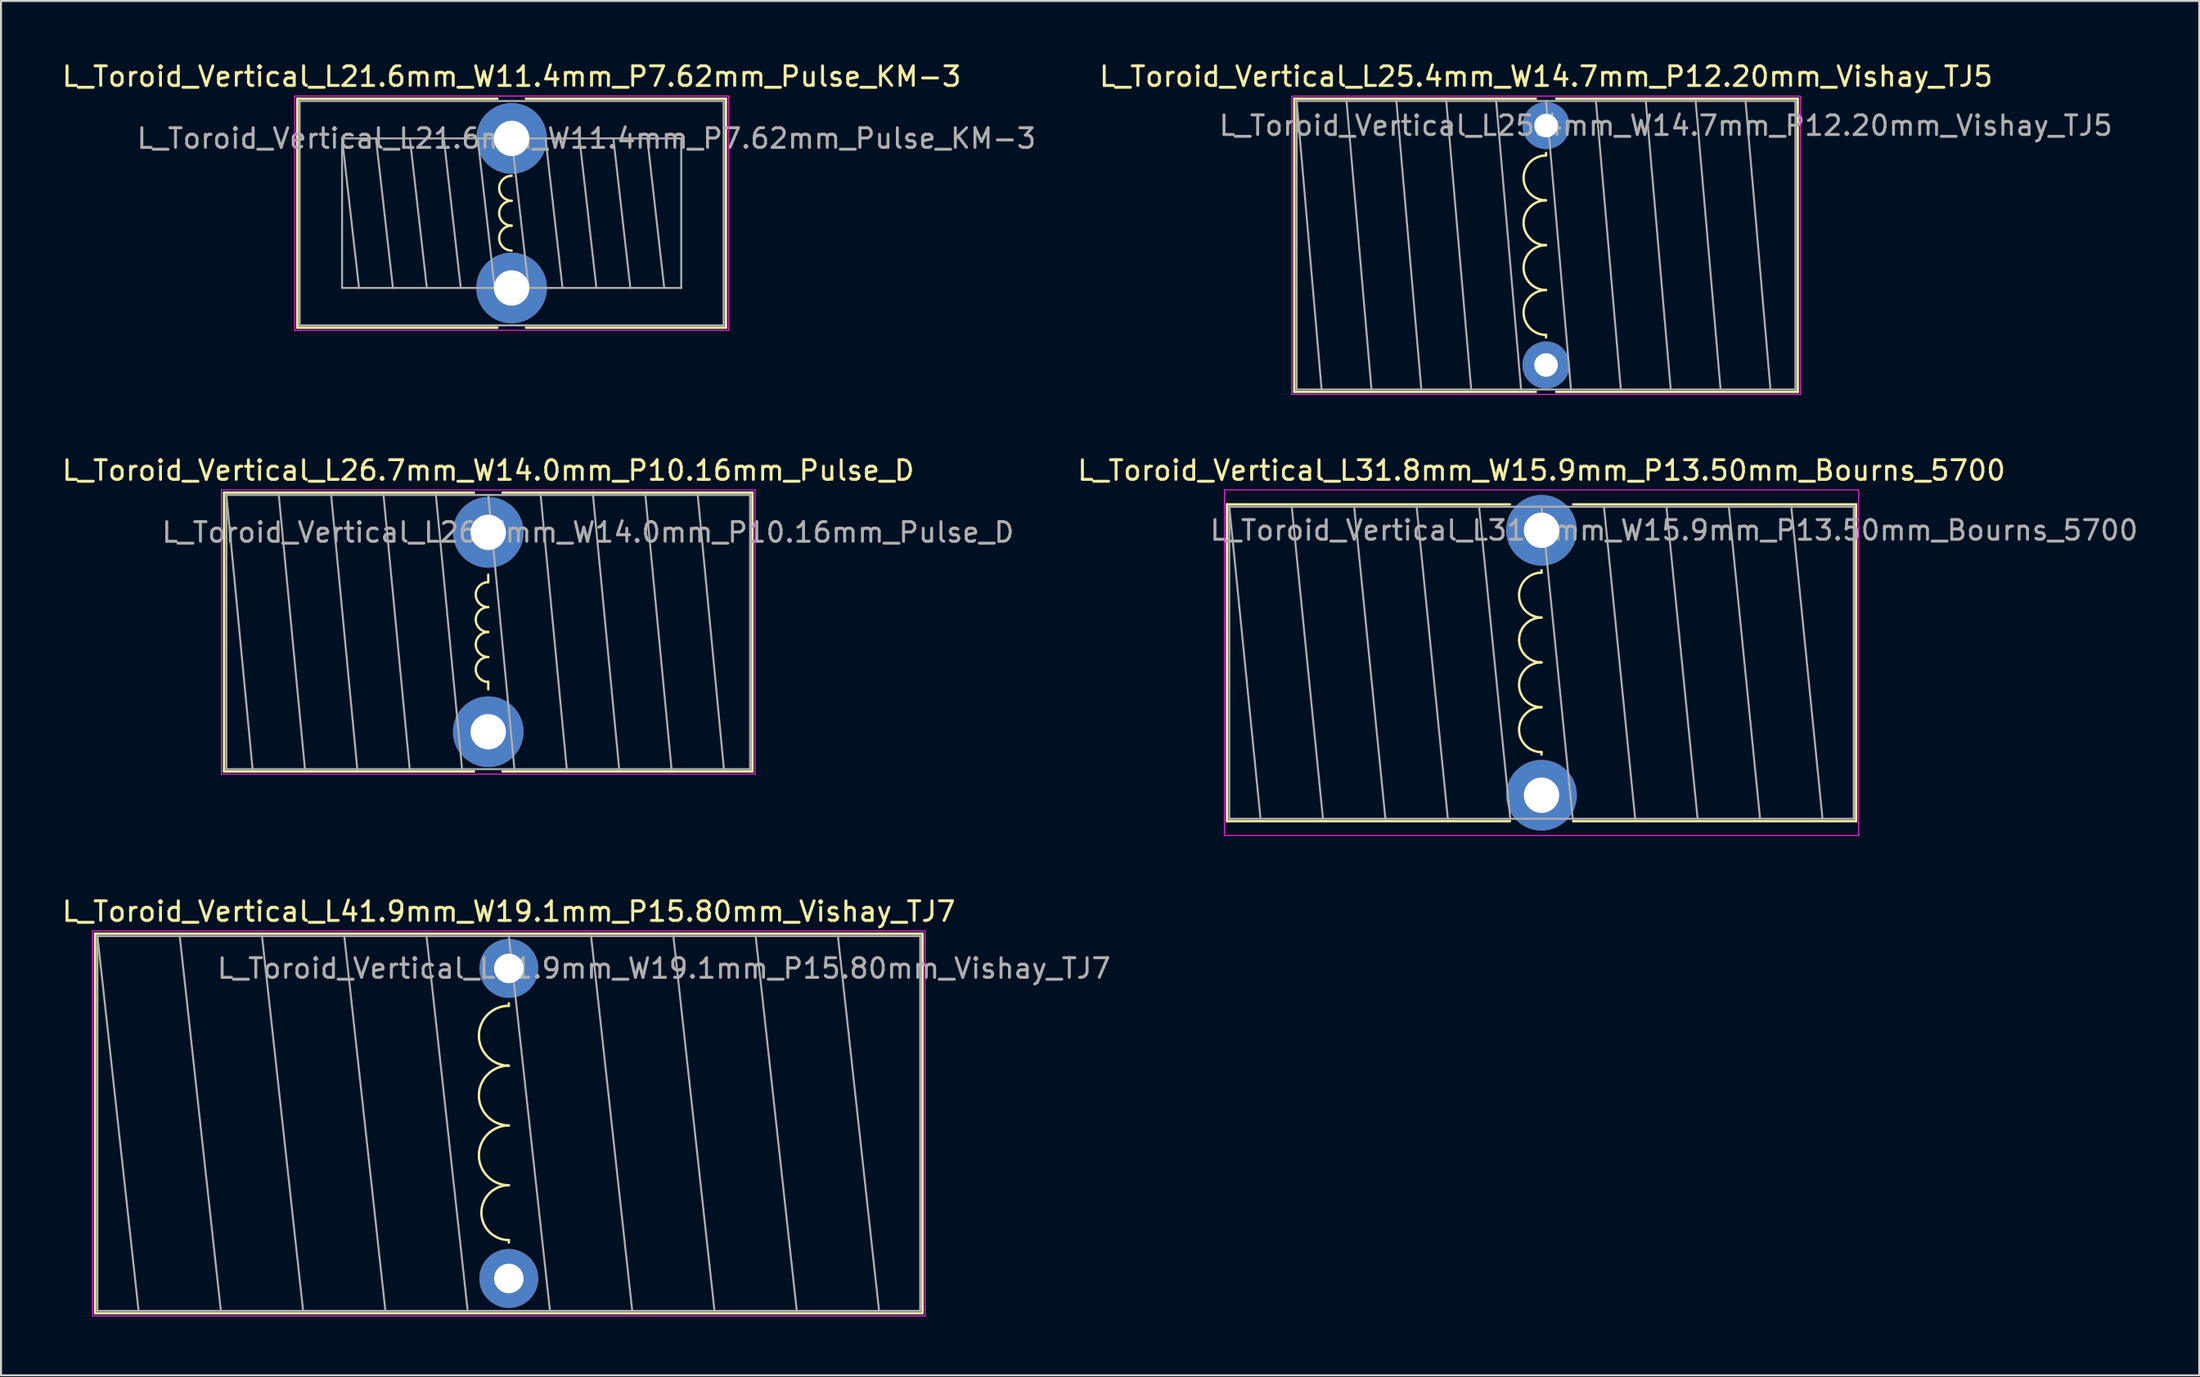
<source format=kicad_pcb>
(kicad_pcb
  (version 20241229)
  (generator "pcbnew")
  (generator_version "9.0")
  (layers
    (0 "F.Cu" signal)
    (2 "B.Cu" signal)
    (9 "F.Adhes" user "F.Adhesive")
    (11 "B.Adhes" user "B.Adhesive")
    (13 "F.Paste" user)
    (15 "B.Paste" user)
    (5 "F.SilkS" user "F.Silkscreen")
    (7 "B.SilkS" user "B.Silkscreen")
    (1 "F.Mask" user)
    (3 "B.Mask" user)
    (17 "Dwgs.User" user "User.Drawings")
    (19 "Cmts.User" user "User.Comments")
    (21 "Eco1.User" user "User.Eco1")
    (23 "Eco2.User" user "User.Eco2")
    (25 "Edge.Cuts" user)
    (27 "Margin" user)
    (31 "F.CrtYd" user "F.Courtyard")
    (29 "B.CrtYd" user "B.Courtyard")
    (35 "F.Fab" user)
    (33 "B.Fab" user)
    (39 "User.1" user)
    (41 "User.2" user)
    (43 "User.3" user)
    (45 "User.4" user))
  (footprint "L_Toroid_Vertical_L26.7mm_W14.0mm_P10.16mm_Pulse_D"
    (layer "F.Cu")
    (at 21.815 24.076)
    (property "Reference" "L_Toroid_Vertical_L26.7mm_W14.0mm_P10.16mm_Pulse_D" (at 0 -3.155 0) (layer "F.SilkS") (effects (font (size 1 1) (thickness 0.15))))
    (attr through_hole)
    (fp_line (start -13.455 -2.025) (end -13.455 12.185) (stroke (width 0.12) (type solid)) (layer "F.SilkS"))
    (fp_line (start -13.455 -2.025) (end -0.725 -2.025) (stroke (width 0.12) (type solid)) (layer "F.SilkS"))
    (fp_line (start -13.455 12.185) (end -0.725 12.185) (stroke (width 0.12) (type solid)) (layer "F.SilkS"))
    (fp_line (start 0 2.54) (end 0 2.159) (stroke (width 0.12) (type solid)) (layer "F.SilkS"))
    (fp_line (start 0 7.62) (end 0 8.001) (stroke (width 0.12) (type solid)) (layer "F.SilkS"))
    (fp_line (start 0.725 -2.025) (end 13.455 -2.025) (stroke (width 0.12) (type solid)) (layer "F.SilkS"))
    (fp_line (start 0.725 12.185) (end 13.455 12.185) (stroke (width 0.12) (type solid)) (layer "F.SilkS"))
    (fp_line (start 13.455 -2.025) (end 13.455 12.185) (stroke (width 0.12) (type solid)) (layer "F.SilkS"))
    (fp_arc (start 0 3.81) (mid -0.635 3.175) (end 0 2.54) (stroke (width 0.12) (type solid)) (layer "F.SilkS"))
    (fp_arc (start 0 5.08) (mid -0.635 4.445) (end 0 3.81) (stroke (width 0.12) (type solid)) (layer "F.SilkS"))
    (fp_arc (start 0 6.35) (mid -0.635 5.715) (end 0 5.08) (stroke (width 0.12) (type solid)) (layer "F.SilkS"))
    (fp_arc (start 0 7.62) (mid -0.635 6.985) (end 0 6.35) (stroke (width 0.12) (type solid)) (layer "F.SilkS"))
    (fp_line (start -13.59 -2.16) (end -13.59 12.32) (stroke (width 0.05) (type solid)) (layer "F.CrtYd"))
    (fp_line (start -13.59 12.32) (end 13.59 12.32) (stroke (width 0.05) (type solid)) (layer "F.CrtYd"))
    (fp_line (start 13.59 -2.16) (end -13.59 -2.16) (stroke (width 0.05) (type solid)) (layer "F.CrtYd"))
    (fp_line (start 13.59 12.32) (end 13.59 -2.16) (stroke (width 0.05) (type solid)) (layer "F.CrtYd"))
    (fp_line (start -13.335 -1.905) (end -13.335 12.065) (stroke (width 0.1) (type solid)) (layer "F.Fab"))
    (fp_line (start -13.335 -1.905) (end -12.002 12.065) (stroke (width 0.1) (type solid)) (layer "F.Fab"))
    (fp_line (start -13.335 12.065) (end 13.335 12.065) (stroke (width 0.1) (type solid)) (layer "F.Fab"))
    (fp_line (start -10.668 -1.905) (end -9.335 12.065) (stroke (width 0.1) (type solid)) (layer "F.Fab"))
    (fp_line (start -8.001 -1.905) (end -6.668 12.065) (stroke (width 0.1) (type solid)) (layer "F.Fab"))
    (fp_line (start -5.334 -1.905) (end -4 12.065) (stroke (width 0.1) (type solid)) (layer "F.Fab"))
    (fp_line (start -2.667 -1.905) (end -1.333 12.065) (stroke (width 0.1) (type solid)) (layer "F.Fab"))
    (fp_line (start 0 -1.905) (end 1.333 12.065) (stroke (width 0.1) (type solid)) (layer "F.Fab"))
    (fp_line (start 2.667 -1.905) (end 4 12.065) (stroke (width 0.1) (type solid)) (layer "F.Fab"))
    (fp_line (start 5.334 -1.905) (end 6.668 12.065) (stroke (width 0.1) (type solid)) (layer "F.Fab"))
    (fp_line (start 8.001 -1.905) (end 9.335 12.065) (stroke (width 0.1) (type solid)) (layer "F.Fab"))
    (fp_line (start 10.668 -1.905) (end 12.002 12.065) (stroke (width 0.1) (type solid)) (layer "F.Fab"))
    (fp_line (start 13.335 -1.905) (end -13.335 -1.905) (stroke (width 0.1) (type solid)) (layer "F.Fab"))
    (fp_line (start 13.335 12.065) (end 13.335 -1.905) (stroke (width 0.1) (type solid)) (layer "F.Fab"))
    (fp_text user "${REFERENCE}" (at 5.08 0 0) (layer "F.Fab") (effects (font (size 1 1) (thickness 0.15))))
    (pad "1" thru_hole circle (at 0 0) (size 3.6 3.6) (drill 1.8) (layers "*.Cu" "*.Mask"))
    (pad "2" thru_hole circle (at 0 10.16) (size 3.6 3.6) (drill 1.8) (layers "*.Cu" "*.Mask")))
  (footprint "L_Toroid_Vertical_L31.8mm_W15.9mm_P13.50mm_Bourns_5700"
    (layer "F.Cu")
    (at 75.455 23.971)
    (property "Reference" "L_Toroid_Vertical_L31.8mm_W15.9mm_P13.50mm_Bourns_5700" (at 0 -3.05 0) (layer "F.SilkS") (effects (font (size 1 1) (thickness 0.15))))
    (attr through_hole)
    (fp_line (start -16.02 -1.32) (end -16.02 14.82) (stroke (width 0.12) (type solid)) (layer "F.SilkS"))
    (fp_line (start -16.02 -1.32) (end -1.608 -1.32) (stroke (width 0.12) (type solid)) (layer "F.SilkS"))
    (fp_line (start -16.02 14.82) (end -1.608 14.82) (stroke (width 0.12) (type solid)) (layer "F.SilkS"))
    (fp_line (start 0 2.159) (end 0 2.032) (stroke (width 0.12) (type solid)) (layer "F.SilkS"))
    (fp_line (start 0 11.303) (end 0 11.43) (stroke (width 0.12) (type solid)) (layer "F.SilkS"))
    (fp_line (start 1.608 -1.32) (end 16.02 -1.32) (stroke (width 0.12) (type solid)) (layer "F.SilkS"))
    (fp_line (start 1.608 14.82) (end 16.02 14.82) (stroke (width 0.12) (type solid)) (layer "F.SilkS"))
    (fp_line (start 16.02 -1.32) (end 16.02 14.82) (stroke (width 0.12) (type solid)) (layer "F.SilkS"))
    (fp_arc (start 0 4.445) (mid -1.143 3.302) (end 0 2.159) (stroke (width 0.12) (type solid)) (layer "F.SilkS"))
    (fp_arc (start 0 6.731) (mid -1.143 5.588) (end 0 4.445) (stroke (width 0.12) (type solid)) (layer "F.SilkS"))
    (fp_arc (start 0 9.017) (mid -1.143 7.874) (end 0 6.731) (stroke (width 0.12) (type solid)) (layer "F.SilkS"))
    (fp_arc (start 0 11.303) (mid -1.143 10.16) (end 0 9.017) (stroke (width 0.12) (type solid)) (layer "F.SilkS"))
    (fp_line (start -16.15 -2.06) (end -16.15 15.55) (stroke (width 0.05) (type solid)) (layer "F.CrtYd"))
    (fp_line (start -16.15 15.55) (end 16.15 15.55) (stroke (width 0.05) (type solid)) (layer "F.CrtYd"))
    (fp_line (start 16.15 -2.06) (end -16.15 -2.06) (stroke (width 0.05) (type solid)) (layer "F.CrtYd"))
    (fp_line (start 16.15 15.55) (end 16.15 -2.06) (stroke (width 0.05) (type solid)) (layer "F.CrtYd"))
    (fp_line (start -15.9 -1.2) (end -15.9 14.7) (stroke (width 0.1) (type solid)) (layer "F.Fab"))
    (fp_line (start -15.9 -1.2) (end -14.31 14.7) (stroke (width 0.1) (type solid)) (layer "F.Fab"))
    (fp_line (start -15.9 14.7) (end 15.9 14.7) (stroke (width 0.1) (type solid)) (layer "F.Fab"))
    (fp_line (start -12.72 -1.2) (end -11.13 14.7) (stroke (width 0.1) (type solid)) (layer "F.Fab"))
    (fp_line (start -9.54 -1.2) (end -7.95 14.7) (stroke (width 0.1) (type solid)) (layer "F.Fab"))
    (fp_line (start -6.36 -1.2) (end -4.77 14.7) (stroke (width 0.1) (type solid)) (layer "F.Fab"))
    (fp_line (start -3.18 -1.2) (end -1.59 14.7) (stroke (width 0.1) (type solid)) (layer "F.Fab"))
    (fp_line (start 0 -1.2) (end 1.59 14.7) (stroke (width 0.1) (type solid)) (layer "F.Fab"))
    (fp_line (start 3.18 -1.2) (end 4.77 14.7) (stroke (width 0.1) (type solid)) (layer "F.Fab"))
    (fp_line (start 6.36 -1.2) (end 7.95 14.7) (stroke (width 0.1) (type solid)) (layer "F.Fab"))
    (fp_line (start 9.54 -1.2) (end 11.13 14.7) (stroke (width 0.1) (type solid)) (layer "F.Fab"))
    (fp_line (start 12.72 -1.2) (end 14.31 14.7) (stroke (width 0.1) (type solid)) (layer "F.Fab"))
    (fp_line (start 15.9 -1.2) (end -15.9 -1.2) (stroke (width 0.1) (type solid)) (layer "F.Fab"))
    (fp_line (start 15.9 14.7) (end 15.9 -1.2) (stroke (width 0.1) (type solid)) (layer "F.Fab"))
    (fp_text user "${REFERENCE}" (at 6.75 0 0) (layer "F.Fab") (effects (font (size 1 1) (thickness 0.15))))
    (pad "1" thru_hole circle (at 0 0) (size 3.6 3.6) (drill 1.8) (layers "*.Cu" "*.Mask"))
    (pad "2" thru_hole circle (at 0 13.5) (size 3.6 3.6) (drill 1.8) (layers "*.Cu" "*.Mask")))
  (footprint "L_Toroid_Vertical_L41.9mm_W19.1mm_P15.80mm_Vishay_TJ7"
    (layer "F.Cu")
    (at 22.863 46.295)
    (property "Reference" "L_Toroid_Vertical_L41.9mm_W19.1mm_P15.80mm_Vishay_TJ7" (at 0 -2.9 0) (layer "F.SilkS") (effects (font (size 1 1) (thickness 0.15))))
    (attr through_hole)
    (fp_line (start -21.07 -1.77) (end -21.07 17.57) (stroke (width 0.12) (type solid)) (layer "F.SilkS"))
    (fp_line (start -21.07 -1.77) (end 21.07 -1.77) (stroke (width 0.12) (type solid)) (layer "F.SilkS"))
    (fp_line (start -21.07 17.57) (end 21.07 17.57) (stroke (width 0.12) (type solid)) (layer "F.SilkS"))
    (fp_line (start 0 1.905) (end 0 1.778) (stroke (width 0.12) (type solid)) (layer "F.SilkS"))
    (fp_line (start 0 13.843) (end 0 13.97) (stroke (width 0.12) (type solid)) (layer "F.SilkS"))
    (fp_line (start 21.07 -1.77) (end 21.07 17.57) (stroke (width 0.12) (type solid)) (layer "F.SilkS"))
    (fp_arc (start 0 4.953) (mid -1.524 3.429) (end 0 1.905) (stroke (width 0.12) (type solid)) (layer "F.SilkS"))
    (fp_arc (start 0 8.001) (mid -1.524 6.477) (end 0 4.953) (stroke (width 0.12) (type solid)) (layer "F.SilkS"))
    (fp_arc (start 0 11.049) (mid -1.524 9.525) (end 0 8.001) (stroke (width 0.12) (type solid)) (layer "F.SilkS"))
    (fp_arc (start 0 13.843) (mid -1.397 12.446) (end 0 11.049) (stroke (width 0.12) (type solid)) (layer "F.SilkS"))
    (fp_line (start -21.2 -1.91) (end -21.2 17.71) (stroke (width 0.05) (type solid)) (layer "F.CrtYd"))
    (fp_line (start -21.2 17.71) (end 21.2 17.71) (stroke (width 0.05) (type solid)) (layer "F.CrtYd"))
    (fp_line (start 21.2 -1.91) (end -21.2 -1.91) (stroke (width 0.05) (type solid)) (layer "F.CrtYd"))
    (fp_line (start 21.2 17.71) (end 21.2 -1.91) (stroke (width 0.05) (type solid)) (layer "F.CrtYd"))
    (fp_line (start -20.95 -1.65) (end -20.95 17.45) (stroke (width 0.1) (type solid)) (layer "F.Fab"))
    (fp_line (start -20.95 -1.65) (end -18.855 17.45) (stroke (width 0.1) (type solid)) (layer "F.Fab"))
    (fp_line (start -20.95 17.45) (end 20.95 17.45) (stroke (width 0.1) (type solid)) (layer "F.Fab"))
    (fp_line (start -16.76 -1.65) (end -14.665 17.45) (stroke (width 0.1) (type solid)) (layer "F.Fab"))
    (fp_line (start -12.57 -1.65) (end -10.475 17.45) (stroke (width 0.1) (type solid)) (layer "F.Fab"))
    (fp_line (start -8.38 -1.65) (end -6.285 17.45) (stroke (width 0.1) (type solid)) (layer "F.Fab"))
    (fp_line (start -4.19 -1.65) (end -2.095 17.45) (stroke (width 0.1) (type solid)) (layer "F.Fab"))
    (fp_line (start 0 -1.65) (end 2.095 17.45) (stroke (width 0.1) (type solid)) (layer "F.Fab"))
    (fp_line (start 4.19 -1.65) (end 6.285 17.45) (stroke (width 0.1) (type solid)) (layer "F.Fab"))
    (fp_line (start 8.38 -1.65) (end 10.475 17.45) (stroke (width 0.1) (type solid)) (layer "F.Fab"))
    (fp_line (start 12.57 -1.65) (end 14.665 17.45) (stroke (width 0.1) (type solid)) (layer "F.Fab"))
    (fp_line (start 16.76 -1.65) (end 18.855 17.45) (stroke (width 0.1) (type solid)) (layer "F.Fab"))
    (fp_line (start 20.95 -1.65) (end -20.95 -1.65) (stroke (width 0.1) (type solid)) (layer "F.Fab"))
    (fp_line (start 20.95 17.45) (end 20.95 -1.65) (stroke (width 0.1) (type solid)) (layer "F.Fab"))
    (fp_text user "${REFERENCE}" (at 7.9 0 0) (layer "F.Fab") (effects (font (size 1 1) (thickness 0.15))))
    (pad "1" thru_hole circle (at 0 0) (size 3 3) (drill 1.5) (layers "*.Cu" "*.Mask"))
    (pad "2" thru_hole circle (at 0 15.8) (size 3 3) (drill 1.5) (layers "*.Cu" "*.Mask")))
  (footprint "L_Toroid_Vertical_L25.4mm_W14.7mm_P12.20mm_Vishay_TJ5"
    (layer "F.Cu")
    (at 75.685 3.348)
    (property "Reference" "L_Toroid_Vertical_L25.4mm_W14.7mm_P12.20mm_Vishay_TJ5" (at 0 -2.5 0) (layer "F.SilkS") (effects (font (size 1 1) (thickness 0.15))))
    (attr through_hole)
    (fp_line (start -12.82 -1.37) (end -12.82 13.57) (stroke (width 0.12) (type solid)) (layer "F.SilkS"))
    (fp_line (start -12.82 -1.37) (end -0.517 -1.37) (stroke (width 0.12) (type solid)) (layer "F.SilkS"))
    (fp_line (start -12.82 13.57) (end -0.517 13.57) (stroke (width 0.12) (type solid)) (layer "F.SilkS"))
    (fp_line (start 0 1.524) (end 0 1.397) (stroke (width 0.12) (type solid)) (layer "F.SilkS"))
    (fp_line (start 0 10.668) (end 0 10.795) (stroke (width 0.12) (type solid)) (layer "F.SilkS"))
    (fp_line (start 0.517 -1.37) (end 12.82 -1.37) (stroke (width 0.12) (type solid)) (layer "F.SilkS"))
    (fp_line (start 0.517 13.57) (end 12.82 13.57) (stroke (width 0.12) (type solid)) (layer "F.SilkS"))
    (fp_line (start 12.82 -1.37) (end 12.82 13.57) (stroke (width 0.12) (type solid)) (layer "F.SilkS"))
    (fp_arc (start 0 3.81) (mid -1.143 2.667) (end 0 1.524) (stroke (width 0.12) (type solid)) (layer "F.SilkS"))
    (fp_arc (start 0 6.096) (mid -1.143 4.953) (end 0 3.81) (stroke (width 0.12) (type solid)) (layer "F.SilkS"))
    (fp_arc (start 0 8.382) (mid -1.143 7.239) (end 0 6.096) (stroke (width 0.12) (type solid)) (layer "F.SilkS"))
    (fp_arc (start 0 10.668) (mid -1.143 9.525) (end 0 8.382) (stroke (width 0.12) (type solid)) (layer "F.SilkS"))
    (fp_line (start -12.95 -1.5) (end -12.95 13.7) (stroke (width 0.05) (type solid)) (layer "F.CrtYd"))
    (fp_line (start -12.95 13.7) (end 12.95 13.7) (stroke (width 0.05) (type solid)) (layer "F.CrtYd"))
    (fp_line (start 12.95 -1.5) (end -12.95 -1.5) (stroke (width 0.05) (type solid)) (layer "F.CrtYd"))
    (fp_line (start 12.95 13.7) (end 12.95 -1.5) (stroke (width 0.05) (type solid)) (layer "F.CrtYd"))
    (fp_line (start -12.7 -1.25) (end -12.7 13.45) (stroke (width 0.1) (type solid)) (layer "F.Fab"))
    (fp_line (start -12.7 -1.25) (end -11.43 13.45) (stroke (width 0.1) (type solid)) (layer "F.Fab"))
    (fp_line (start -12.7 13.45) (end 12.7 13.45) (stroke (width 0.1) (type solid)) (layer "F.Fab"))
    (fp_line (start -10.16 -1.25) (end -8.89 13.45) (stroke (width 0.1) (type solid)) (layer "F.Fab"))
    (fp_line (start -7.62 -1.25) (end -6.35 13.45) (stroke (width 0.1) (type solid)) (layer "F.Fab"))
    (fp_line (start -5.08 -1.25) (end -3.81 13.45) (stroke (width 0.1) (type solid)) (layer "F.Fab"))
    (fp_line (start -2.54 -1.25) (end -1.27 13.45) (stroke (width 0.1) (type solid)) (layer "F.Fab"))
    (fp_line (start 0 -1.25) (end 1.27 13.45) (stroke (width 0.1) (type solid)) (layer "F.Fab"))
    (fp_line (start 2.54 -1.25) (end 3.81 13.45) (stroke (width 0.1) (type solid)) (layer "F.Fab"))
    (fp_line (start 5.08 -1.25) (end 6.35 13.45) (stroke (width 0.1) (type solid)) (layer "F.Fab"))
    (fp_line (start 7.62 -1.25) (end 8.89 13.45) (stroke (width 0.1) (type solid)) (layer "F.Fab"))
    (fp_line (start 10.16 -1.25) (end 11.43 13.45) (stroke (width 0.1) (type solid)) (layer "F.Fab"))
    (fp_line (start 12.7 -1.25) (end -12.7 -1.25) (stroke (width 0.1) (type solid)) (layer "F.Fab"))
    (fp_line (start 12.7 13.45) (end 12.7 -1.25) (stroke (width 0.1) (type solid)) (layer "F.Fab"))
    (fp_text user "${REFERENCE}" (at 6.1 0 0) (layer "F.Fab") (effects (font (size 1 1) (thickness 0.15))))
    (pad "1" thru_hole circle (at 0 0) (size 2.4 2.4) (drill 1.2) (layers "*.Cu" "*.Mask"))
    (pad "2" thru_hole circle (at 0 12.2) (size 2.4 2.4) (drill 1.2) (layers "*.Cu" "*.Mask")))
  (footprint "L_Toroid_Vertical_L21.6mm_W11.4mm_P7.62mm_Pulse_KM-3"
    (layer "F.Cu")
    (at 23.006 4.003)
    (property "Reference" "L_Toroid_Vertical_L21.6mm_W11.4mm_P7.62mm_Pulse_KM-3" (at 0 -3.155 0) (layer "F.SilkS") (effects (font (size 1 1) (thickness 0.15))))
    (attr through_hole)
    (fp_line (start -10.915 -2.025) (end -10.915 9.645) (stroke (width 0.12) (type solid)) (layer "F.SilkS"))
    (fp_line (start -10.915 -2.025) (end -0.725 -2.025) (stroke (width 0.12) (type solid)) (layer "F.SilkS"))
    (fp_line (start -10.915 9.645) (end -0.725 9.645) (stroke (width 0.12) (type solid)) (layer "F.SilkS"))
    (fp_line (start 0.725 -2.025) (end 10.915 -2.025) (stroke (width 0.12) (type solid)) (layer "F.SilkS"))
    (fp_line (start 0.725 9.645) (end 10.915 9.645) (stroke (width 0.12) (type solid)) (layer "F.SilkS"))
    (fp_line (start 10.915 -2.025) (end 10.915 9.645) (stroke (width 0.12) (type solid)) (layer "F.SilkS"))
    (fp_arc (start 0 3.175) (mid -0.635 2.54) (end 0 1.905) (stroke (width 0.12) (type solid)) (layer "F.SilkS"))
    (fp_arc (start 0 4.445) (mid -0.635 3.81) (end 0 3.175) (stroke (width 0.12) (type solid)) (layer "F.SilkS"))
    (fp_arc (start 0 5.715) (mid -0.635 5.08) (end 0 4.445) (stroke (width 0.12) (type solid)) (layer "F.SilkS"))
    (fp_line (start -11.05 -2.16) (end -11.05 9.78) (stroke (width 0.05) (type solid)) (layer "F.CrtYd"))
    (fp_line (start -11.05 9.78) (end 11.05 9.78) (stroke (width 0.05) (type solid)) (layer "F.CrtYd"))
    (fp_line (start 11.05 -2.16) (end -11.05 -2.16) (stroke (width 0.05) (type solid)) (layer "F.CrtYd"))
    (fp_line (start 11.05 9.78) (end 11.05 -2.16) (stroke (width 0.05) (type solid)) (layer "F.CrtYd"))
    (fp_line (start -10.795 -1.905) (end -10.795 9.525) (stroke (width 0.1) (type solid)) (layer "F.Fab"))
    (fp_line (start -10.795 9.525) (end 10.795 9.525) (stroke (width 0.1) (type solid)) (layer "F.Fab"))
    (fp_line (start -8.636 0) (end -8.636 7.62) (stroke (width 0.1) (type solid)) (layer "F.Fab"))
    (fp_line (start -8.636 0) (end -7.772 7.62) (stroke (width 0.1) (type solid)) (layer "F.Fab"))
    (fp_line (start -8.636 7.62) (end 8.636 7.62) (stroke (width 0.1) (type solid)) (layer "F.Fab"))
    (fp_line (start -6.909 0) (end -6.045 7.62) (stroke (width 0.1) (type solid)) (layer "F.Fab"))
    (fp_line (start -5.182 0) (end -4.318 7.62) (stroke (width 0.1) (type solid)) (layer "F.Fab"))
    (fp_line (start -3.454 0) (end -2.591 7.62) (stroke (width 0.1) (type solid)) (layer "F.Fab"))
    (fp_line (start -1.727 0) (end -0.864 7.62) (stroke (width 0.1) (type solid)) (layer "F.Fab"))
    (fp_line (start 0 0) (end 0.864 7.62) (stroke (width 0.1) (type solid)) (layer "F.Fab"))
    (fp_line (start 1.727 0) (end 2.591 7.62) (stroke (width 0.1) (type solid)) (layer "F.Fab"))
    (fp_line (start 3.454 0) (end 4.318 7.62) (stroke (width 0.1) (type solid)) (layer "F.Fab"))
    (fp_line (start 5.182 0) (end 6.045 7.62) (stroke (width 0.1) (type solid)) (layer "F.Fab"))
    (fp_line (start 6.909 0) (end 7.772 7.62) (stroke (width 0.1) (type solid)) (layer "F.Fab"))
    (fp_line (start 8.636 0) (end -8.636 0) (stroke (width 0.1) (type solid)) (layer "F.Fab"))
    (fp_line (start 8.636 7.62) (end 8.636 0) (stroke (width 0.1) (type solid)) (layer "F.Fab"))
    (fp_line (start 10.795 -1.905) (end -10.795 -1.905) (stroke (width 0.1) (type solid)) (layer "F.Fab"))
    (fp_line (start 10.795 9.525) (end 10.795 -1.905) (stroke (width 0.1) (type solid)) (layer "F.Fab"))
    (fp_text user "${REFERENCE}" (at 3.81 0 0) (layer "F.Fab") (effects (font (size 1 1) (thickness 0.15))))
    (pad "1" thru_hole circle (at 0 0) (size 3.6 3.6) (drill 1.8) (layers "*.Cu" "*.Mask"))
    (pad "2" thru_hole circle (at 0 7.62) (size 3.6 3.6) (drill 1.8) (layers "*.Cu" "*.Mask")))
  (gr_rect
    (start -3 -3)
    (end 108.949 67.03)
    (stroke (width 0.1) (type default))
    (fill no)
    (layer "Edge.Cuts")))
</source>
